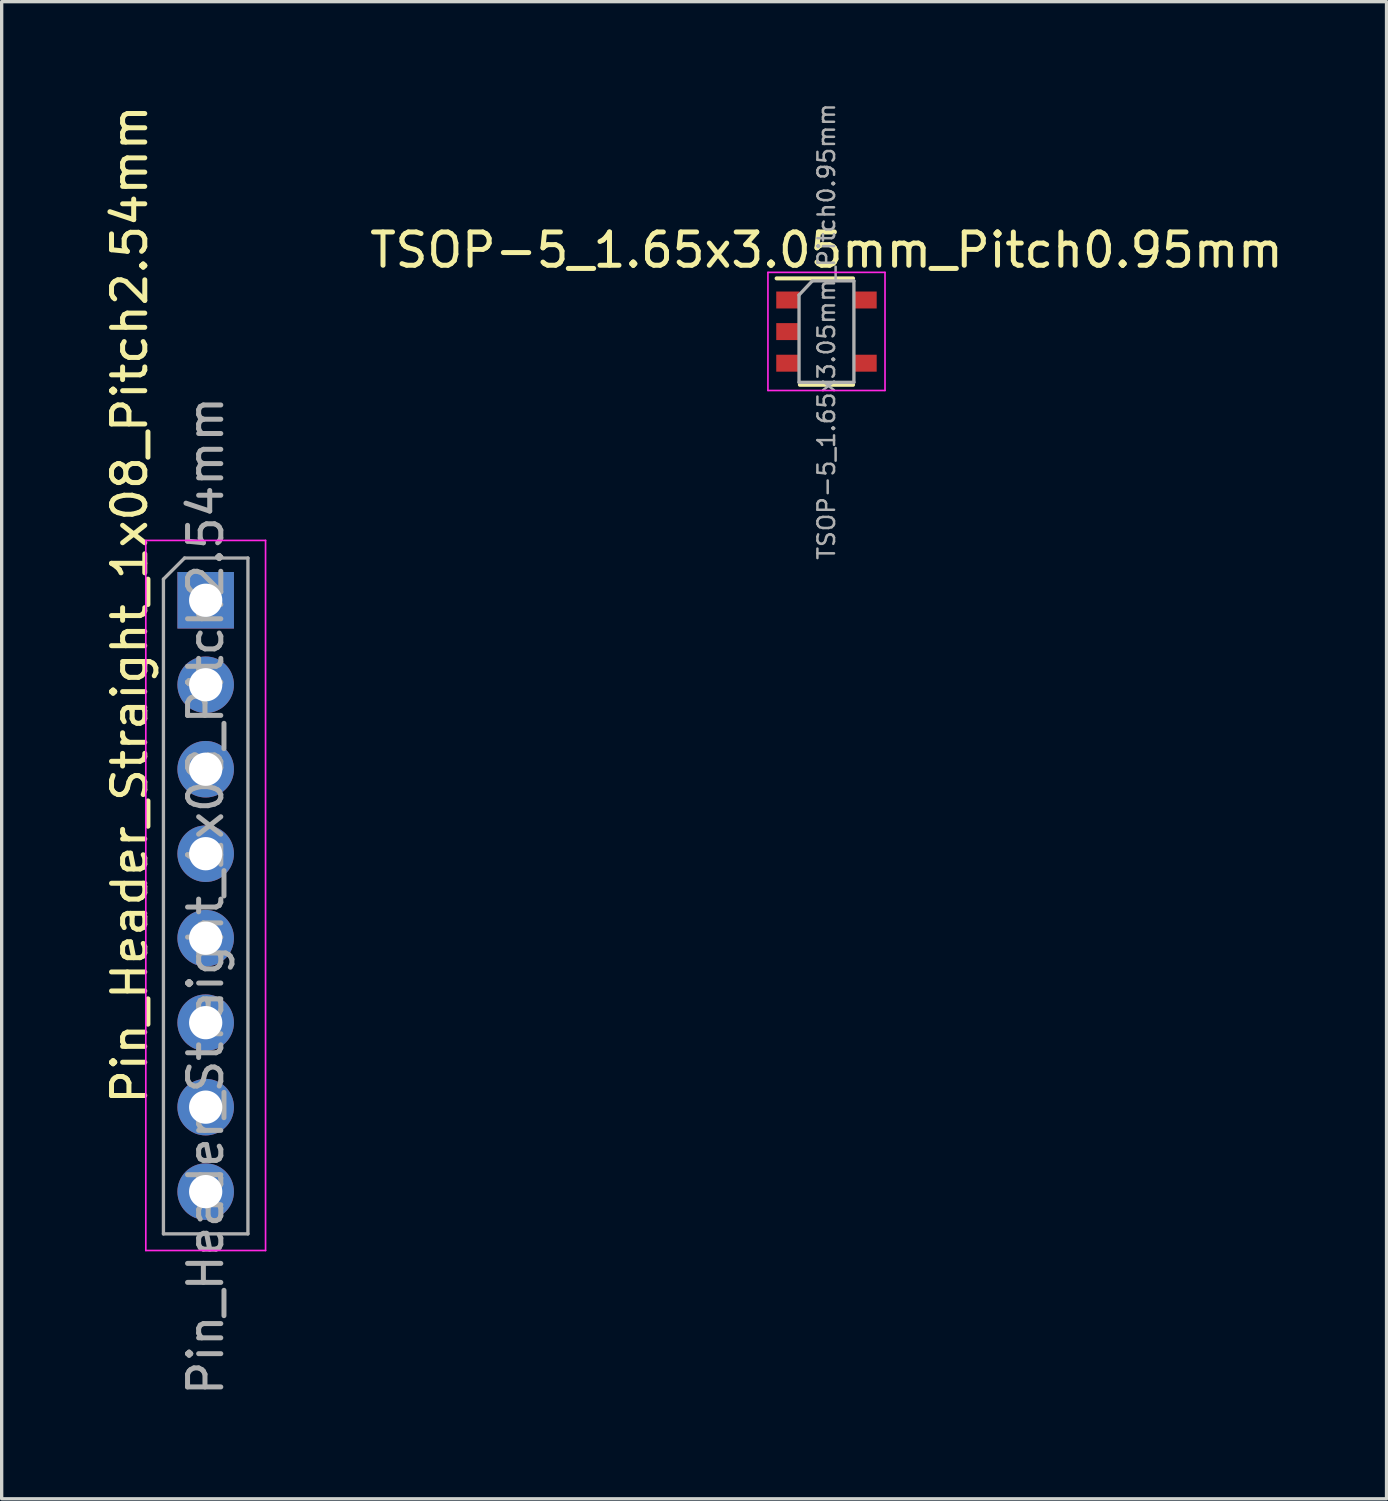
<source format=kicad_pcb>
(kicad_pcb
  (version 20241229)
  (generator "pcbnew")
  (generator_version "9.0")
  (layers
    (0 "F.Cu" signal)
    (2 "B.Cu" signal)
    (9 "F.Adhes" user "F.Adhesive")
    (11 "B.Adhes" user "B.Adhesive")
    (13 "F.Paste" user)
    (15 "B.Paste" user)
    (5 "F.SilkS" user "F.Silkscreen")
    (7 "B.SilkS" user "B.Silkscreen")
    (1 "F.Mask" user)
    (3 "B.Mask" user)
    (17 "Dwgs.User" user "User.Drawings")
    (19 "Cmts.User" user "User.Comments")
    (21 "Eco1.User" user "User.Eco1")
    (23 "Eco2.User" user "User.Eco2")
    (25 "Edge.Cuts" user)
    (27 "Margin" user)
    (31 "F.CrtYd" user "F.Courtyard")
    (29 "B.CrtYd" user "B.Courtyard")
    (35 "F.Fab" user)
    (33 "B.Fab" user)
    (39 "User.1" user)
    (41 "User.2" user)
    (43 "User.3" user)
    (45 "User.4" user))
  (footprint "TSOP-5_1.65x3.05mm_Pitch0.95mm"
    (layer "F.Cu")
    (at 21.799 6.92)
    (property "Reference" "TSOP-5_1.65x3.05mm_Pitch0.95mm" (at 0 -2.45 0) (layer "F.SilkS") (effects (font (size 1 1) (thickness 0.15))))
    (attr smd)
    (fp_line (start -0.8 1.6) (end 0.8 1.6) (stroke (width 0.12) (type solid)) (layer "F.SilkS"))
    (fp_line (start 0.8 -1.6) (end -1.5 -1.6) (stroke (width 0.12) (type solid)) (layer "F.SilkS"))
    (fp_line (start -1.76 -1.78) (end -1.76 1.77) (stroke (width 0.05) (type solid)) (layer "F.CrtYd"))
    (fp_line (start -1.76 -1.78) (end 1.76 -1.78) (stroke (width 0.05) (type solid)) (layer "F.CrtYd"))
    (fp_line (start 1.76 1.77) (end -1.76 1.77) (stroke (width 0.05) (type solid)) (layer "F.CrtYd"))
    (fp_line (start 1.76 1.77) (end 1.76 -1.78) (stroke (width 0.05) (type solid)) (layer "F.CrtYd"))
    (fp_line (start -0.825 -1.1) (end -0.825 1.525) (stroke (width 0.1) (type solid)) (layer "F.Fab"))
    (fp_line (start -0.825 -1.1) (end -0.425 -1.525) (stroke (width 0.1) (type solid)) (layer "F.Fab"))
    (fp_line (start 0.825 -1.525) (end -0.425 -1.525) (stroke (width 0.1) (type solid)) (layer "F.Fab"))
    (fp_line (start 0.825 -1.525) (end 0.825 1.525) (stroke (width 0.1) (type solid)) (layer "F.Fab"))
    (fp_line (start 0.825 1.525) (end -0.825 1.525) (stroke (width 0.1) (type solid)) (layer "F.Fab"))
    (fp_text user "${REFERENCE}" (at 0 0 90) (layer "F.Fab") (effects (font (size 0.5 0.5) (thickness 0.075))))
    (pad "1" smd rect (at -1.16 -0.95) (size 0.7 0.51) (layers "F.Cu" "F.Mask" "F.Paste"))
    (pad "2" smd rect (at -1.16 0) (size 0.7 0.51) (layers "F.Cu" "F.Mask" "F.Paste"))
    (pad "3" smd rect (at -1.16 0.95) (size 0.7 0.51) (layers "F.Cu" "F.Mask" "F.Paste"))
    (pad "4" smd rect (at 1.16 0.95) (size 0.7 0.51) (layers "F.Cu" "F.Mask" "F.Paste"))
    (pad "5" smd rect (at 1.16 -0.95) (size 0.7 0.51) (layers "F.Cu" "F.Mask" "F.Paste")))
  (footprint "Pin_Header_Straight_1x08_Pitch2.54mm"
    (layer "F.Cu")
    (at 3.134 14.998)
    (property "Reference" "Pin_Header_Straight_1x08_Pitch2.54mm" (at -2.286 0.127 90) (layer "F.SilkS") (effects (font (size 1 1) (thickness 0.15))))
    (attr through_hole)
    (fp_line (start -1.8 -1.8) (end -1.8 19.55) (stroke (width 0.05) (type solid)) (layer "F.CrtYd"))
    (fp_line (start -1.8 19.55) (end 1.8 19.55) (stroke (width 0.05) (type solid)) (layer "F.CrtYd"))
    (fp_line (start 1.8 -1.8) (end -1.8 -1.8) (stroke (width 0.05) (type solid)) (layer "F.CrtYd"))
    (fp_line (start 1.8 19.55) (end 1.8 -1.8) (stroke (width 0.05) (type solid)) (layer "F.CrtYd"))
    (fp_line (start -1.27 -0.635) (end -0.635 -1.27) (stroke (width 0.1) (type solid)) (layer "F.Fab"))
    (fp_line (start -1.27 19.05) (end -1.27 -0.635) (stroke (width 0.1) (type solid)) (layer "F.Fab"))
    (fp_line (start -0.635 -1.27) (end 1.27 -1.27) (stroke (width 0.1) (type solid)) (layer "F.Fab"))
    (fp_line (start 1.27 -1.27) (end 1.27 19.05) (stroke (width 0.1) (type solid)) (layer "F.Fab"))
    (fp_line (start 1.27 19.05) (end -1.27 19.05) (stroke (width 0.1) (type solid)) (layer "F.Fab"))
    (fp_text user "${REFERENCE}" (at 0 8.89 90) (layer "F.Fab") (effects (font (size 1 1) (thickness 0.15))))
    (pad "1" thru_hole rect (at 0 0) (size 1.7 1.7) (drill 1) (layers "*.Cu" "*.Mask"))
    (pad "2" thru_hole oval (at 0 2.54) (size 1.7 1.7) (drill 1) (layers "*.Cu" "*.Mask"))
    (pad "3" thru_hole oval (at 0 5.08) (size 1.7 1.7) (drill 1) (layers "*.Cu" "*.Mask"))
    (pad "4" thru_hole oval (at 0 7.62) (size 1.7 1.7) (drill 1) (layers "*.Cu" "*.Mask"))
    (pad "5" thru_hole oval (at 0 10.16) (size 1.7 1.7) (drill 1) (layers "*.Cu" "*.Mask"))
    (pad "6" thru_hole oval (at 0 12.7) (size 1.7 1.7) (drill 1) (layers "*.Cu" "*.Mask"))
    (pad "7" thru_hole oval (at 0 15.24) (size 1.7 1.7) (drill 1) (layers "*.Cu" "*.Mask"))
    (pad "8" thru_hole oval (at 0 17.78) (size 1.7 1.7) (drill 1) (layers "*.Cu" "*.Mask")))
  (gr_rect
    (start -3 -3)
    (end 38.638 42.013)
    (stroke (width 0.1) (type default))
    (fill no)
    (layer "Edge.Cuts")))
</source>
